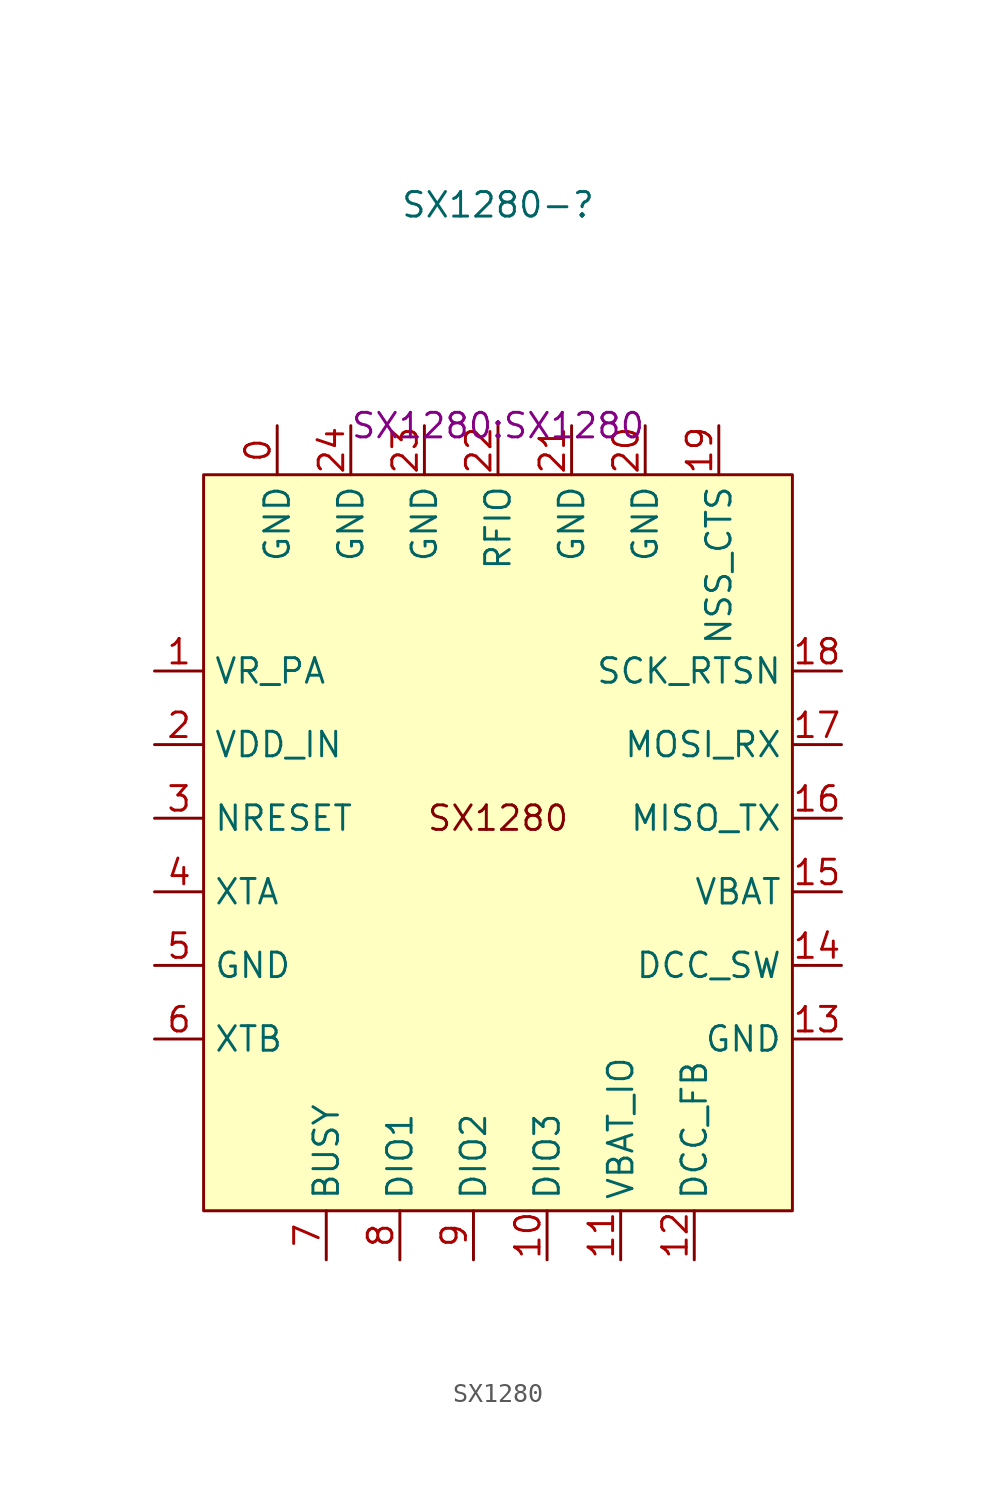
<source format=kicad_sym>
(kicad_symbol_lib
  (version 20220914)
  (generator kicad_symbol_editor)
  (symbol "SX1280"
    (property "Reference" "SX1280-"
      (at 0 13.97 0)
      (effects (font (size 1.27 1.27))))
    (property "Value" ""
      (at 0 2.54 0)
      (effects (font (size 1.27 1.27))))
    (property "Footprint" "SX1280:SX1280"
      (at 0 2.54 0)
      (effects (font (size 1.27 1.27))))
    (symbol "SX1280_1_1"
      (rectangle (start -15.24 0) (end 15.24 -38.1) (stroke (width 0) (type default)) (fill (type background)))
      (text "SX1280\n" (at 0 -17.78 0) (effects (font (size 1.27 1.27))))
      (pin bidirectional line (at -11.43 2.54 270) (length 2.54) (name "GND" (effects (font (size 1.27 1.27)))) (number "0" (effects (font (size 1.27 1.27)))))
      (pin bidirectional line (at -17.78 -10.16 0) (length 2.54) (name "VR_PA" (effects (font (size 1.27 1.27)))) (number "1" (effects (font (size 1.27 1.27)))))
      (pin bidirectional line (at 2.54 -40.64 90) (length 2.54) (name "DIO3" (effects (font (size 1.27 1.27)))) (number "10" (effects (font (size 1.27 1.27)))))
      (pin input line (at 6.35 -40.64 90) (length 2.54) (name "VBAT_IO" (effects (font (size 1.27 1.27)))) (number "11" (effects (font (size 1.27 1.27)))))
      (pin output line (at 10.16 -40.64 90) (length 2.54) (name "DCC_FB" (effects (font (size 1.27 1.27)))) (number "12" (effects (font (size 1.27 1.27)))))
      (pin bidirectional line (at 17.78 -29.21 180) (length 2.54) (name "GND" (effects (font (size 1.27 1.27)))) (number "13" (effects (font (size 1.27 1.27)))))
      (pin input line (at 17.78 -25.4 180) (length 2.54) (name "DCC_SW" (effects (font (size 1.27 1.27)))) (number "14" (effects (font (size 1.27 1.27)))))
      (pin input line (at 17.78 -21.59 180) (length 2.54) (name "VBAT" (effects (font (size 1.27 1.27)))) (number "15" (effects (font (size 1.27 1.27)))))
      (pin input line (at 17.78 -17.78 180) (length 2.54) (name "MISO_TX" (effects (font (size 1.27 1.27)))) (number "16" (effects (font (size 1.27 1.27)))))
      (pin input line (at 17.78 -13.97 180) (length 2.54) (name "MOSI_RX" (effects (font (size 1.27 1.27)))) (number "17" (effects (font (size 1.27 1.27)))))
      (pin input line (at 17.78 -10.16 180) (length 2.54) (name "SCK_RTSN" (effects (font (size 1.27 1.27)))) (number "18" (effects (font (size 1.27 1.27)))))
      (pin input line (at 11.43 2.54 270) (length 2.54) (name "NSS_CTS" (effects (font (size 1.27 1.27)))) (number "19" (effects (font (size 1.27 1.27)))))
      (pin input line (at -17.78 -13.97 0) (length 2.54) (name "VDD_IN" (effects (font (size 1.27 1.27)))) (number "2" (effects (font (size 1.27 1.27)))))
      (pin bidirectional line (at 7.62 2.54 270) (length 2.54) (name "GND" (effects (font (size 1.27 1.27)))) (number "20" (effects (font (size 1.27 1.27)))))
      (pin bidirectional line (at 3.81 2.54 270) (length 2.54) (name "GND" (effects (font (size 1.27 1.27)))) (number "21" (effects (font (size 1.27 1.27)))))
      (pin bidirectional line (at 0 2.54 270) (length 2.54) (name "RFIO" (effects (font (size 1.27 1.27)))) (number "22" (effects (font (size 1.27 1.27)))))
      (pin bidirectional line (at -3.81 2.54 270) (length 2.54) (name "GND" (effects (font (size 1.27 1.27)))) (number "23" (effects (font (size 1.27 1.27)))))
      (pin bidirectional line (at -7.62 2.54 270) (length 2.54) (name "GND" (effects (font (size 1.27 1.27)))) (number "24" (effects (font (size 1.27 1.27)))))
      (pin input line (at -17.78 -17.78 0) (length 2.54) (name "NRESET" (effects (font (size 1.27 1.27)))) (number "3" (effects (font (size 1.27 1.27)))))
      (pin bidirectional line (at -17.78 -21.59 0) (length 2.54) (name "XTA" (effects (font (size 1.27 1.27)))) (number "4" (effects (font (size 1.27 1.27)))))
      (pin bidirectional line (at -17.78 -25.4 0) (length 2.54) (name "GND" (effects (font (size 1.27 1.27)))) (number "5" (effects (font (size 1.27 1.27)))))
      (pin bidirectional line (at -17.78 -29.21 0) (length 2.54) (name "XTB" (effects (font (size 1.27 1.27)))) (number "6" (effects (font (size 1.27 1.27)))))
      (pin output line (at -8.89 -40.64 90) (length 2.54) (name "BUSY" (effects (font (size 1.27 1.27)))) (number "7" (effects (font (size 1.27 1.27)))))
      (pin bidirectional line (at -5.08 -40.64 90) (length 2.54) (name "DIO1" (effects (font (size 1.27 1.27)))) (number "8" (effects (font (size 1.27 1.27)))))
      (pin bidirectional line (at -1.27 -40.64 90) (length 2.54) (name "DIO2" (effects (font (size 1.27 1.27)))) (number "9" (effects (font (size 1.27 1.27))))))))
</source>
